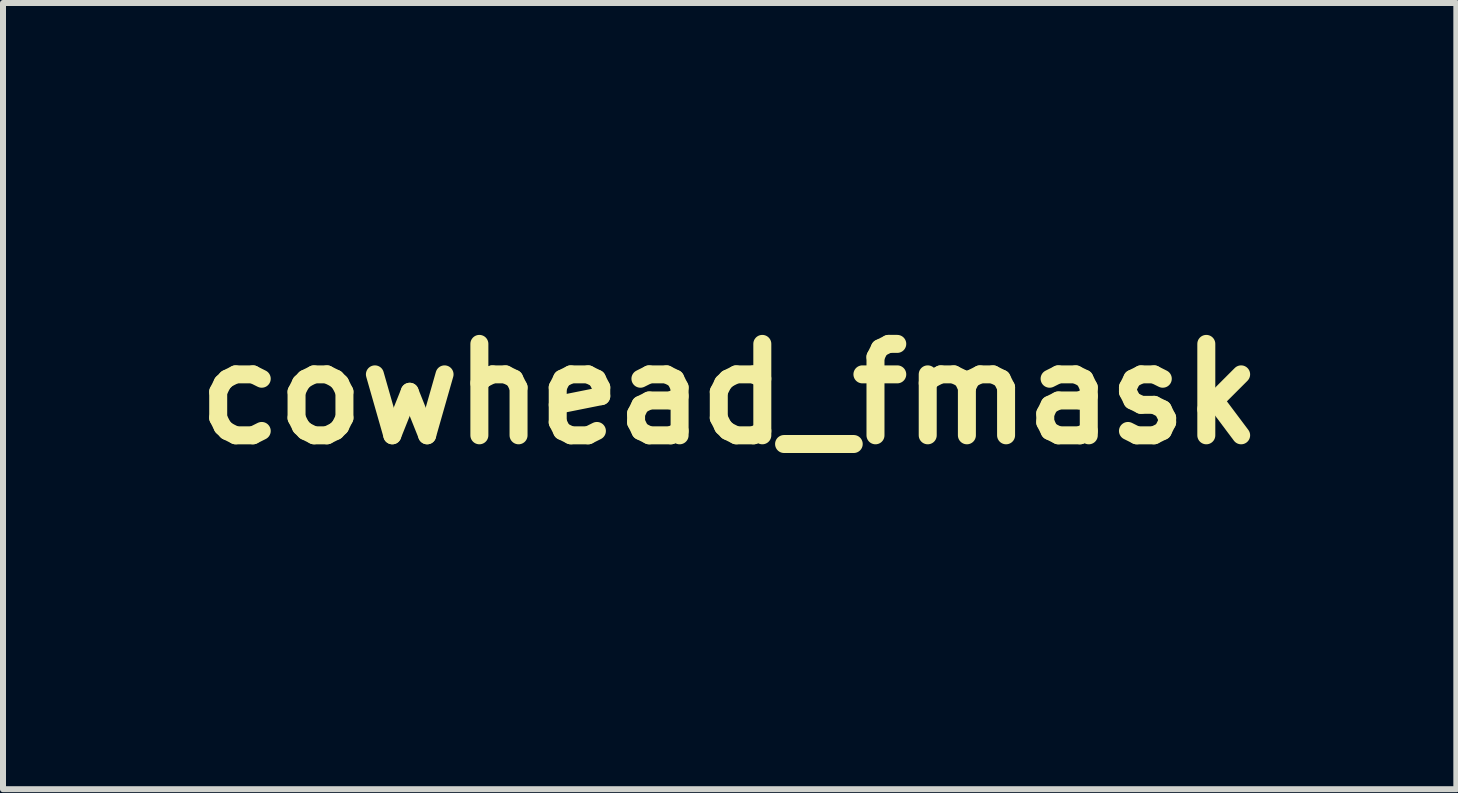
<source format=kicad_pcb>
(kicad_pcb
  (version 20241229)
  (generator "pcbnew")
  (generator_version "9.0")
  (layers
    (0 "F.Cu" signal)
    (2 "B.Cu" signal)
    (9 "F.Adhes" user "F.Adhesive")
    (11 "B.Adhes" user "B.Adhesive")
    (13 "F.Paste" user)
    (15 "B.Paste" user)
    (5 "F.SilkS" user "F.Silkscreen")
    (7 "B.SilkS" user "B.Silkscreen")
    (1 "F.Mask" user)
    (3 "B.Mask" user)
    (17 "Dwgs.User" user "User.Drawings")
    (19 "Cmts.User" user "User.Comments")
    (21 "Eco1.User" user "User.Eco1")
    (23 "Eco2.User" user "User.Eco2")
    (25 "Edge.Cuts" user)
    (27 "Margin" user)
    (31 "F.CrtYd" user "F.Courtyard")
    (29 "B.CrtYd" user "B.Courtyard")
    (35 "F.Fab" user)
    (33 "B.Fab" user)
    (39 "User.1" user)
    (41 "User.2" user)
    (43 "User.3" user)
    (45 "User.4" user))
  (footprint "cowhead_fmask"
    (layer "F.Cu")
    (at 9.115 3.518)
    (property "Reference" "cowhead_fmask" (at 0 0 0) (layer "F.SilkS") (effects (font (size 1.524 1.524) (thickness 0.3))))
    (attr through_hole)
    (fp_poly (pts (xy 1.429 1.204) (xy 1.505 1.252) (xy 1.542 1.323) (xy 1.54 1.407) (xy 1.495 1.495) (xy 1.475 1.519) (xy 1.402 1.574) (xy 1.324 1.599) (xy 1.252 1.593) (xy 1.202 1.555) (xy 1.199 1.549) (xy 1.174 1.454) (xy 1.19 1.35) (xy 1.222 1.286) (xy 1.285 1.215) (xy 1.355 1.191) (xy 1.429 1.204)) (stroke (width 0.01) (type solid)) (fill yes) (layer "F.Mask"))
    (fp_poly (pts (xy -0.401 1.268) (xy -0.344 1.318) (xy -0.306 1.379) (xy -0.3 1.411) (xy -0.318 1.483) (xy -0.365 1.561) (xy -0.425 1.625) (xy -0.463 1.647) (xy -0.529 1.668) (xy -0.573 1.663) (xy -0.616 1.629) (xy -0.624 1.622) (xy -0.666 1.547) (xy -0.668 1.458) (xy -0.631 1.372) (xy -0.561 1.29) (xy -0.49 1.252) (xy -0.46 1.248) (xy -0.401 1.268)) (stroke (width 0.01) (type solid)) (fill yes) (layer "F.Mask"))
    (fp_poly (pts (xy -0.534 -1.036) (xy -0.425 -0.974) (xy -0.334 -0.883) (xy -0.266 -0.772) (xy -0.224 -0.645) (xy -0.21 -0.512) (xy -0.229 -0.378) (xy -0.283 -0.25) (xy -0.367 -0.145) (xy -0.493 -0.051) (xy -0.627 -0.004) (xy -0.765 -0.005) (xy -0.861 -0.035) (xy -0.973 -0.109) (xy -1.066 -0.219) (xy -1.133 -0.351) (xy -1.165 -0.492) (xy -1.162 -0.604) (xy -1.116 -0.759) (xy -1.036 -0.89) (xy -0.926 -0.989) (xy -0.797 -1.048) (xy -0.659 -1.063) (xy -0.534 -1.036)) (stroke (width 0.01) (type solid)) (fill yes) (layer "F.Mask"))
    (fp_poly (pts (xy 1.03 -0.975) (xy 1.149 -0.915) (xy 1.244 -0.824) (xy 1.313 -0.71) (xy 1.354 -0.581) (xy 1.365 -0.444) (xy 1.344 -0.308) (xy 1.288 -0.179) (xy 1.196 -0.066) (xy 1.157 -0.034) (xy 1.047 0.023) (xy 0.917 0.048) (xy 0.786 0.04) (xy 0.671 -0.003) (xy 0.668 -0.005) (xy 0.553 -0.101) (xy 0.473 -0.217) (xy 0.428 -0.347) (xy 0.414 -0.483) (xy 0.432 -0.617) (xy 0.478 -0.741) (xy 0.552 -0.849) (xy 0.651 -0.932) (xy 0.774 -0.984) (xy 0.889 -0.998) (xy 1.03 -0.975)) (stroke (width 0.01) (type solid)) (fill yes) (layer "F.Mask"))
    (fp_poly (pts (xy 3.253 -1.471) (xy 3.277 -1.451) (xy 3.313 -1.379) (xy 3.305 -1.297) (xy 3.254 -1.209) (xy 3.164 -1.119) (xy 3.039 -1.029) (xy 2.88 -0.945) (xy 2.852 -0.932) (xy 2.715 -0.879) (xy 2.564 -0.831) (xy 2.407 -0.791) (xy 2.252 -0.759) (xy 2.111 -0.738) (xy 1.991 -0.73) (xy 1.903 -0.736) (xy 1.865 -0.749) (xy 1.827 -0.795) (xy 1.832 -0.855) (xy 1.841 -0.871) (xy 1.946 -0.871) (xy 1.969 -0.854) (xy 2.032 -0.849) (xy 2.128 -0.857) (xy 2.249 -0.877) (xy 2.288 -0.885) (xy 2.48 -0.934) (xy 2.677 -0.998) (xy 2.857 -1.069) (xy 2.935 -1.105) (xy 3.018 -1.156) (xy 3.095 -1.218) (xy 3.157 -1.281) (xy 3.191 -1.334) (xy 3.194 -1.349) (xy 3.171 -1.366) (xy 3.112 -1.373) (xy 3.027 -1.371) (xy 2.929 -1.361) (xy 2.83 -1.345) (xy 2.742 -1.322) (xy 2.738 -1.32) (xy 2.616 -1.274) (xy 2.486 -1.217) (xy 2.354 -1.152) (xy 2.228 -1.083) (xy 2.116 -1.017) (xy 2.027 -0.956) (xy 1.967 -0.906) (xy 1.946 -0.871) (xy 1.841 -0.871) (xy 1.875 -0.927) (xy 1.952 -1.006) (xy 2.06 -1.09) (xy 2.194 -1.176) (xy 2.349 -1.261) (xy 2.523 -1.34) (xy 2.711 -1.412) (xy 2.738 -1.421) (xy 2.908 -1.47) (xy 3.055 -1.495) (xy 3.172 -1.495) (xy 3.253 -1.471)) (stroke (width 0.01) (type solid)) (fill yes) (layer "F.Mask"))
    (fp_poly (pts (xy -3.1 -1.443) (xy -2.971 -1.427) (xy -2.851 -1.401) (xy -2.828 -1.395) (xy -2.684 -1.342) (xy -2.521 -1.269) (xy -2.357 -1.185) (xy -2.208 -1.098) (xy -2.092 -1.017) (xy -2.01 -0.941) (xy -1.977 -0.877) (xy -1.99 -0.823) (xy -2.046 -0.781) (xy -2.118 -0.761) (xy -2.224 -0.752) (xy -2.346 -0.754) (xy -2.47 -0.768) (xy -2.563 -0.787) (xy -2.72 -0.836) (xy -2.884 -0.897) (xy -3.038 -0.964) (xy -3.164 -1.03) (xy -3.193 -1.048) (xy -3.306 -1.132) (xy -3.388 -1.215) (xy -3.434 -1.293) (xy -3.438 -1.326) (xy -3.294 -1.326) (xy -3.276 -1.298) (xy -3.231 -1.249) (xy -3.168 -1.187) (xy -3.099 -1.125) (xy -3.033 -1.07) (xy -2.993 -1.04) (xy -2.939 -1.015) (xy -2.849 -0.983) (xy -2.735 -0.947) (xy -2.608 -0.91) (xy -2.48 -0.876) (xy -2.363 -0.849) (xy -2.271 -0.831) (xy -2.221 -0.825) (xy -2.152 -0.83) (xy -2.102 -0.844) (xy -2.1 -0.845) (xy -2.086 -0.867) (xy -2.106 -0.902) (xy -2.137 -0.933) (xy -2.197 -0.977) (xy -2.293 -1.034) (xy -2.412 -1.098) (xy -2.543 -1.163) (xy -2.675 -1.223) (xy -2.797 -1.273) (xy -2.862 -1.296) (xy -2.951 -1.32) (xy -3.049 -1.336) (xy -3.144 -1.346) (xy -3.225 -1.347) (xy -3.278 -1.34) (xy -3.294 -1.326) (xy -3.438 -1.326) (xy -3.443 -1.36) (xy -3.411 -1.411) (xy -3.395 -1.421) (xy -3.326 -1.44) (xy -3.223 -1.447) (xy -3.1 -1.443)) (stroke (width 0.01) (type solid)) (fill yes) (layer "F.Mask"))
    (fp_poly (pts (xy 2.798 -3.496) (xy 2.87 -3.433) (xy 2.901 -3.385) (xy 2.922 -3.342) (xy 2.937 -3.299) (xy 2.947 -3.244) (xy 2.953 -3.171) (xy 2.956 -3.069) (xy 2.957 -2.929) (xy 2.957 -2.869) (xy 2.954 -2.666) (xy 2.945 -2.503) (xy 2.926 -2.372) (xy 2.894 -2.263) (xy 2.847 -2.168) (xy 2.78 -2.076) (xy 2.693 -1.98) (xy 2.658 -1.945) (xy 2.582 -1.869) (xy 2.522 -1.807) (xy 2.485 -1.767) (xy 2.477 -1.756) (xy 2.502 -1.76) (xy 2.563 -1.774) (xy 2.648 -1.796) (xy 2.67 -1.802) (xy 2.847 -1.837) (xy 3.048 -1.855) (xy 3.256 -1.857) (xy 3.454 -1.842) (xy 3.626 -1.811) (xy 3.666 -1.8) (xy 3.822 -1.737) (xy 3.931 -1.659) (xy 3.994 -1.565) (xy 4.014 -1.453) (xy 4.006 -1.386) (xy 3.973 -1.305) (xy 3.906 -1.21) (xy 3.814 -1.112) (xy 3.707 -1.019) (xy 3.594 -0.943) (xy 3.584 -0.937) (xy 3.473 -0.88) (xy 3.326 -0.813) (xy 3.155 -0.741) (xy 2.971 -0.667) (xy 2.787 -0.597) (xy 2.613 -0.536) (xy 2.5 -0.499) (xy 2.394 -0.464) (xy 2.307 -0.431) (xy 2.25 -0.404) (xy 2.233 -0.391) (xy 2.192 -0.254) (xy 2.151 -0.101) (xy 2.111 0.057) (xy 2.076 0.207) (xy 2.048 0.339) (xy 2.031 0.44) (xy 2.027 0.478) (xy 2.023 0.54) (xy 2.023 0.591) (xy 2.031 0.64) (xy 2.049 0.694) (xy 2.08 0.762) (xy 2.129 0.85) (xy 2.197 0.968) (xy 2.267 1.086) (xy 2.388 1.323) (xy 2.462 1.552) (xy 2.491 1.778) (xy 2.473 2.008) (xy 2.41 2.246) (xy 2.316 2.47) (xy 2.256 2.585) (xy 2.192 2.682) (xy 2.113 2.777) (xy 2.011 2.882) (xy 1.878 3.006) (xy 1.75 3.107) (xy 1.612 3.194) (xy 1.45 3.278) (xy 1.305 3.343) (xy 1.044 3.439) (xy 0.765 3.511) (xy 0.463 3.559) (xy 0.131 3.583) (xy -0.235 3.585) (xy -0.621 3.565) (xy -0.761 3.553) (xy -0.908 3.535) (xy -1.039 3.516) (xy -1.102 3.505) (xy -1.227 3.475) (xy -1.371 3.434) (xy -1.521 3.386) (xy -1.661 3.336) (xy -1.778 3.29) (xy -1.837 3.262) (xy -1.898 3.218) (xy -1.979 3.145) (xy -2.068 3.054) (xy -2.157 2.955) (xy -2.234 2.861) (xy -2.29 2.781) (xy -2.305 2.754) (xy -2.344 2.674) (xy -2.381 2.601) (xy -2.387 2.589) (xy -2.409 2.524) (xy -2.429 2.424) (xy -2.446 2.306) (xy -2.457 2.185) (xy -2.461 2.077) (xy -2.455 1.999) (xy -2.396 1.745) (xy -2.31 1.495) (xy -2.212 1.274) (xy -2.148 1.14) (xy -2.101 1.031) (xy -2.071 0.936) (xy -2.057 0.845) (xy -2.058 0.749) (xy -2.075 0.639) (xy -2.108 0.505) (xy -2.156 0.338) (xy -2.183 0.246) (xy -2.201 0.167) (xy -2.208 0.102) (xy -2.206 0.084) (xy -2.204 0.024) (xy -2.214 -0.058) (xy -2.235 -0.148) (xy -2.26 -0.229) (xy -2.287 -0.287) (xy -2.304 -0.304) (xy -2.363 -0.335) (xy -2.389 -0.349) (xy -2.476 -0.397) (xy -2.56 -0.438) (xy -2.651 -0.477) (xy -2.76 -0.519) (xy -2.897 -0.567) (xy -3.035 -0.614) (xy -3.175 -0.661) (xy -3.303 -0.707) (xy -3.41 -0.747) (xy -3.485 -0.777) (xy -3.516 -0.792) (xy -3.692 -0.905) (xy -3.829 -1.003) (xy -3.933 -1.09) (xy -3.988 -1.146) (xy -4.023 -1.199) (xy -4.047 -1.266) (xy -4.067 -1.364) (xy -4.068 -1.37) (xy -4.084 -1.467) (xy -4.089 -1.532) (xy -4.082 -1.58) (xy -4.077 -1.59) (xy -3.977 -1.59) (xy -3.974 -1.497) (xy -3.93 -1.377) (xy -3.908 -1.336) (xy -3.851 -1.257) (xy -3.76 -1.164) (xy -3.649 -1.067) (xy -3.527 -0.975) (xy -3.408 -0.899) (xy -3.357 -0.872) (xy -3.269 -0.836) (xy -3.143 -0.794) (xy -2.991 -0.749) (xy -2.825 -0.704) (xy -2.656 -0.662) (xy -2.495 -0.626) (xy -2.354 -0.599) (xy -2.263 -0.586) (xy -2.154 -0.569) (xy -2.091 -0.548) (xy -2.073 -0.522) (xy -2.095 -0.499) (xy -2.11 -0.475) (xy -2.117 -0.418) (xy -2.119 -0.323) (xy -2.116 -0.196) (xy -2.11 -0.062) (xy -2.099 0.041) (xy -2.08 0.132) (xy -2.051 0.228) (xy -2.013 0.332) (xy -1.966 0.471) (xy -1.92 0.632) (xy -1.884 0.788) (xy -1.874 0.843) (xy -1.828 1.11) (xy -1.889 1.193) (xy -2.049 1.417) (xy -2.172 1.615) (xy -2.26 1.792) (xy -2.315 1.954) (xy -2.337 2.106) (xy -2.329 2.254) (xy -2.292 2.403) (xy -2.252 2.508) (xy -2.129 2.736) (xy -1.975 2.931) (xy -1.789 3.093) (xy -1.567 3.223) (xy -1.308 3.322) (xy -1.01 3.393) (xy -0.848 3.417) (xy -0.74 3.426) (xy -0.594 3.431) (xy -0.422 3.432) (xy -0.234 3.431) (xy -0.041 3.426) (xy 0.145 3.419) (xy 0.314 3.409) (xy 0.454 3.397) (xy 0.555 3.384) (xy 0.708 3.352) (xy 0.844 3.315) (xy 0.979 3.267) (xy 1.128 3.204) (xy 1.285 3.13) (xy 1.538 2.991) (xy 1.745 2.84) (xy 1.911 2.674) (xy 2.001 2.554) (xy 2.139 2.308) (xy 2.227 2.066) (xy 2.266 1.83) (xy 2.257 1.6) (xy 2.198 1.376) (xy 2.117 1.206) (xy 1.999 1.025) (xy 1.871 0.883) (xy 1.724 0.772) (xy 1.614 0.712) (xy 1.425 0.633) (xy 1.211 0.571) (xy 0.967 0.525) (xy 0.688 0.494) (xy 0.37 0.478) (xy 0.119 0.474) (xy -0.207 0.481) (xy -0.494 0.504) (xy -0.751 0.545) (xy -0.986 0.605) (xy -1.208 0.685) (xy -1.372 0.761) (xy -1.491 0.819) (xy -1.57 0.855) (xy -1.617 0.869) (xy -1.635 0.864) (xy -1.63 0.84) (xy -1.623 0.826) (xy -1.586 0.79) (xy -1.512 0.741) (xy -1.411 0.684) (xy -1.292 0.625) (xy -1.166 0.569) (xy -1.041 0.519) (xy -0.961 0.492) (xy -0.813 0.449) (xy -0.673 0.417) (xy -0.53 0.394) (xy -0.374 0.378) (xy -0.193 0.369) (xy 0.022 0.365) (xy 0.125 0.365) (xy 0.455 0.371) (xy 0.747 0.389) (xy 1.009 0.421) (xy 1.25 0.468) (xy 1.481 0.532) (xy 1.702 0.612) (xy 1.723 0.616) (xy 1.735 0.602) (xy 1.738 0.561) (xy 1.735 0.485) (xy 1.731 0.42) (xy 1.717 0.212) (xy 1.778 0.285) (xy 1.839 0.358) (xy 1.915 0.148) (xy 1.967 -0.003) (xy 2.012 -0.139) (xy 2.046 -0.251) (xy 2.066 -0.332) (xy 2.071 -0.366) (xy 2.051 -0.396) (xy 2.035 -0.399) (xy 1.992 -0.415) (xy 1.983 -0.425) (xy 1.982 -0.466) (xy 2.026 -0.505) (xy 2.113 -0.538) (xy 2.166 -0.551) (xy 2.286 -0.581) (xy 2.439 -0.627) (xy 2.614 -0.686) (xy 2.797 -0.752) (xy 2.978 -0.821) (xy 3.143 -0.889) (xy 3.282 -0.952) (xy 3.292 -0.957) (xy 3.458 -1.047) (xy 3.603 -1.143) (xy 3.72 -1.239) (xy 3.802 -1.329) (xy 3.838 -1.395) (xy 3.848 -1.485) (xy 3.81 -1.56) (xy 3.725 -1.62) (xy 3.593 -1.666) (xy 3.412 -1.697) (xy 3.407 -1.698) (xy 3.127 -1.706) (xy 2.836 -1.672) (xy 2.542 -1.597) (xy 2.255 -1.485) (xy 1.983 -1.338) (xy 1.79 -1.204) (xy 1.714 -1.145) (xy 1.653 -1.098) (xy 1.617 -1.071) (xy 1.614 -1.069) (xy 1.612 -1.04) (xy 1.631 -0.979) (xy 1.662 -0.907) (xy 1.718 -0.749) (xy 1.745 -0.573) (xy 1.741 -0.398) (xy 1.711 -0.257) (xy 1.624 -0.076) (xy 1.5 0.078) (xy 1.344 0.2) (xy 1.163 0.285) (xy 0.963 0.329) (xy 0.848 0.335) (xy 0.645 0.314) (xy 0.466 0.253) (xy 0.301 0.149) (xy 0.23 0.089) (xy 0.087 -0.042) (xy 0.027 0.031) (xy -0.092 0.143) (xy -0.244 0.235) (xy -0.415 0.302) (xy -0.589 0.339) (xy -0.741 0.339) (xy -0.942 0.298) (xy -1.116 0.22) (xy -1.274 0.101) (xy -1.314 0.063) (xy -1.395 -0.022) (xy -1.449 -0.093) (xy -1.487 -0.167) (xy -1.52 -0.263) (xy -1.523 -0.273) (xy -1.563 -0.478) (xy -1.562 -0.508) (xy -1.418 -0.508) (xy -1.393 -0.346) (xy -1.331 -0.192) (xy -1.234 -0.055) (xy -1.104 0.059) (xy -0.944 0.144) (xy -0.875 0.167) (xy -0.696 0.192) (xy -0.51 0.172) (xy -0.324 0.106) (xy -0.302 0.096) (xy -0.162 0.008) (xy -0.069 -0.088) (xy -0.069 -0.088) (xy -0.033 -0.142) (xy -0.014 -0.184) (xy -0.01 -0.233) (xy -0.018 -0.303) (xy -0.029 -0.367) (xy -0.045 -0.487) (xy -0.045 -0.578) (xy 0.103 -0.578) (xy 0.113 -0.403) (xy 0.165 -0.239) (xy 0.255 -0.091) (xy 0.38 0.033) (xy 0.535 0.126) (xy 0.647 0.166) (xy 0.808 0.195) (xy 0.959 0.187) (xy 1.064 0.162) (xy 1.246 0.085) (xy 1.393 -0.026) (xy 1.504 -0.167) (xy 1.575 -0.334) (xy 1.602 -0.523) (xy 1.602 -0.553) (xy 1.575 -0.729) (xy 1.504 -0.89) (xy 1.39 -1.03) (xy 1.239 -1.144) (xy 1.183 -1.175) (xy 1.043 -1.221) (xy 0.88 -1.238) (xy 0.713 -1.227) (xy 0.559 -1.187) (xy 0.529 -1.175) (xy 0.403 -1.097) (xy 0.285 -0.988) (xy 0.19 -0.863) (xy 0.14 -0.756) (xy 0.103 -0.578) (xy -0.045 -0.578) (xy -0.045 -0.586) (xy -0.03 -0.695) (xy -0.027 -0.71) (xy -0.011 -0.798) (xy -0.006 -0.855) (xy -0.017 -0.896) (xy -0.045 -0.939) (xy -0.063 -0.963) (xy -0.188 -1.088) (xy -0.338 -1.176) (xy -0.504 -1.227) (xy -0.679 -1.24) (xy -0.855 -1.216) (xy -1.021 -1.154) (xy -1.172 -1.054) (xy -1.247 -0.98) (xy -1.347 -0.832) (xy -1.403 -0.673) (xy -1.418 -0.508) (xy -1.562 -0.508) (xy -1.555 -0.671) (xy -1.499 -0.854) (xy -1.393 -1.026) (xy -1.322 -1.108) (xy -1.178 -1.236) (xy -1.025 -1.322) (xy -0.851 -1.37) (xy -0.661 -1.384) (xy -0.546 -1.383) (xy -0.463 -1.375) (xy -0.393 -1.357) (xy -0.317 -1.326) (xy -0.271 -1.304) (xy -0.167 -1.244) (xy -0.068 -1.171) (xy -0.007 -1.115) (xy 0.093 -1.006) (xy 0.202 -1.119) (xy 0.287 -1.191) (xy 0.392 -1.263) (xy 0.474 -1.308) (xy 0.56 -1.346) (xy 0.632 -1.369) (xy 0.71 -1.38) (xy 0.811 -1.383) (xy 0.861 -1.383) (xy 1.048 -1.369) (xy 1.204 -1.329) (xy 1.346 -1.257) (xy 1.41 -1.212) (xy 1.485 -1.154) (xy 1.659 -1.292) (xy 1.73 -1.35) (xy 1.776 -1.393) (xy 1.791 -1.414) (xy 1.784 -1.415) (xy 1.591 -1.382) (xy 1.417 -1.394) (xy 1.264 -1.45) (xy 1.157 -1.528) (xy 1.072 -1.624) (xy 1.02 -1.721) (xy 1.006 -1.805) (xy 1.147 -1.805) (xy 1.155 -1.762) (xy 1.18 -1.707) (xy 1.186 -1.694) (xy 1.244 -1.612) (xy 1.32 -1.559) (xy 1.425 -1.532) (xy 1.566 -1.528) (xy 1.59 -1.528) (xy 1.691 -1.535) (xy 1.772 -1.548) (xy 1.85 -1.572) (xy 1.942 -1.611) (xy 2.027 -1.653) (xy 2.199 -1.749) (xy 2.365 -1.863) (xy 2.512 -1.985) (xy 2.631 -2.105) (xy 2.684 -2.174) (xy 2.75 -2.301) (xy 2.796 -2.458) (xy 2.823 -2.651) (xy 2.831 -2.885) (xy 2.831 -2.894) (xy 2.825 -3.077) (xy 2.81 -3.216) (xy 2.785 -3.31) (xy 2.751 -3.358) (xy 2.723 -3.363) (xy 2.702 -3.348) (xy 2.683 -3.305) (xy 2.663 -3.228) (xy 2.642 -3.108) (xy 2.64 -3.097) (xy 2.598 -2.88) (xy 2.549 -2.704) (xy 2.488 -2.56) (xy 2.412 -2.438) (xy 2.316 -2.33) (xy 2.277 -2.294) (xy 2.163 -2.206) (xy 2.029 -2.131) (xy 1.867 -2.064) (xy 1.668 -2.002) (xy 1.548 -1.97) (xy 1.392 -1.93) (xy 1.278 -1.898) (xy 1.203 -1.869) (xy 1.161 -1.839) (xy 1.147 -1.805) (xy 1.006 -1.805) (xy 1.005 -1.811) (xy 1.02 -1.866) (xy 1.035 -1.912) (xy 1.017 -1.938) (xy 0.982 -1.945) (xy 0.907 -1.95) (xy 0.801 -1.953) (xy 0.675 -1.953) (xy 0.618 -1.952) (xy 0.475 -1.95) (xy 0.375 -1.949) (xy 0.31 -1.952) (xy 0.273 -1.959) (xy 0.255 -1.97) (xy 0.25 -1.987) (xy 0.25 -1.997) (xy 0.261 -2.063) (xy 0.275 -2.098) (xy 0.284 -2.136) (xy 0.257 -2.146) (xy 0.203 -2.131) (xy 0.128 -2.089) (xy 0.116 -2.081) (xy 0.037 -2.038) (xy -0.019 -2.036) (xy -0.054 -2.076) (xy -0.064 -2.107) (xy -0.09 -2.158) (xy -0.122 -2.169) (xy -0.145 -2.14) (xy -0.15 -2.108) (xy -0.163 -2.046) (xy -0.204 -2.026) (xy -0.27 -2.047) (xy -0.363 -2.11) (xy -0.444 -2.18) (xy -0.556 -2.283) (xy -0.515 -2.203) (xy -0.479 -2.114) (xy -0.478 -2.049) (xy -0.515 -2.006) (xy -0.593 -1.981) (xy -0.716 -1.971) (xy -0.753 -1.971) (xy -0.859 -1.969) (xy -0.958 -1.963) (xy -1.027 -1.956) (xy -1.118 -1.94) (xy -1.081 -1.853) (xy -1.059 -1.738) (xy -1.077 -1.618) (xy -1.132 -1.504) (xy -1.219 -1.412) (xy -1.259 -1.384) (xy -1.328 -1.349) (xy -1.4 -1.331) (xy -1.492 -1.323) (xy -1.549 -1.323) (xy -1.657 -1.326) (xy -1.758 -1.336) (xy -1.831 -1.35) (xy -1.899 -1.364) (xy -1.936 -1.357) (xy -1.949 -1.343) (xy -1.969 -1.285) (xy -1.947 -1.234) (xy -1.878 -1.182) (xy -1.871 -1.178) (xy -1.802 -1.128) (xy -1.772 -1.081) (xy -1.785 -1.043) (xy -1.793 -1.038) (xy -1.822 -1.044) (xy -1.883 -1.072) (xy -1.969 -1.116) (xy -2.048 -1.162) (xy -2.376 -1.344) (xy -2.672 -1.491) (xy -2.94 -1.603) (xy -3.183 -1.681) (xy -3.403 -1.727) (xy -3.604 -1.741) (xy -3.725 -1.733) (xy -3.853 -1.706) (xy -3.937 -1.659) (xy -3.977 -1.59) (xy -4.077 -1.59) (xy -4.062 -1.627) (xy -4.053 -1.644) (xy -3.996 -1.723) (xy -3.92 -1.778) (xy -3.816 -1.812) (xy -3.678 -1.828) (xy -3.556 -1.83) (xy -3.302 -1.811) (xy -3.109 -1.774) (xy -3.012 -1.752) (xy -2.906 -1.736) (xy -2.803 -1.725) (xy -2.714 -1.72) (xy -2.649 -1.723) (xy -2.62 -1.734) (xy -2.62 -1.736) (xy -2.636 -1.759) (xy -2.68 -1.807) (xy -2.743 -1.872) (xy -2.763 -1.893) (xy -2.845 -1.975) (xy -2.902 -2.038) (xy -2.942 -2.094) (xy -2.973 -2.157) (xy -3.002 -2.239) (xy -3.037 -2.355) (xy -3.043 -2.373) (xy -3.106 -2.604) (xy -3.152 -2.818) (xy -3.181 -3.009) (xy -3.19 -3.136) (xy -3.045 -3.136) (xy -3.035 -3.015) (xy -3.016 -2.876) (xy -2.988 -2.727) (xy -2.954 -2.575) (xy -2.913 -2.428) (xy -2.867 -2.294) (xy -2.865 -2.288) (xy -2.812 -2.167) (xy -2.749 -2.065) (xy -2.668 -1.973) (xy -2.56 -1.881) (xy -2.417 -1.78) (xy -2.383 -1.758) (xy -2.177 -1.636) (xy -1.977 -1.543) (xy -1.788 -1.48) (xy -1.616 -1.448) (xy -1.467 -1.449) (xy -1.347 -1.485) (xy -1.347 -1.485) (xy -1.274 -1.542) (xy -1.224 -1.62) (xy -1.2 -1.706) (xy -1.204 -1.786) (xy -1.241 -1.847) (xy -1.254 -1.857) (xy -1.299 -1.877) (xy -1.382 -1.904) (xy -1.49 -1.935) (xy -1.614 -1.966) (xy -1.628 -1.97) (xy -1.882 -2.038) (xy -2.093 -2.114) (xy -2.267 -2.204) (xy -2.413 -2.313) (xy -2.537 -2.448) (xy -2.645 -2.614) (xy -2.745 -2.817) (xy -2.798 -2.943) (xy -2.858 -3.089) (xy -2.905 -3.193) (xy -2.942 -3.262) (xy -2.972 -3.302) (xy -3 -3.317) (xy -3.009 -3.318) (xy -3.033 -3.296) (xy -3.045 -3.232) (xy -3.045 -3.136) (xy -3.19 -3.136) (xy -3.192 -3.17) (xy -3.184 -3.297) (xy -3.169 -3.355) (xy -3.12 -3.421) (xy -3.044 -3.451) (xy -2.951 -3.442) (xy -2.945 -3.44) (xy -2.879 -3.398) (xy -2.814 -3.316) (xy -2.748 -3.192) (xy -2.687 -3.044) (xy -2.588 -2.807) (xy -2.482 -2.615) (xy -2.361 -2.46) (xy -2.221 -2.337) (xy -2.053 -2.241) (xy -1.852 -2.165) (xy -1.684 -2.119) (xy -1.568 -2.094) (xy -1.484 -2.081) (xy -1.414 -2.081) (xy -1.342 -2.091) (xy -1.323 -2.095) (xy -1.236 -2.109) (xy -1.118 -2.123) (xy -0.99 -2.134) (xy -0.932 -2.138) (xy -0.679 -2.153) (xy -0.751 -2.267) (xy -0.792 -2.334) (xy -0.818 -2.386) (xy -0.823 -2.403) (xy -0.802 -2.417) (xy -0.744 -2.413) (xy -0.659 -2.394) (xy -0.556 -2.362) (xy -0.48 -2.334) (xy -0.4 -2.302) (xy -0.339 -2.279) (xy -0.311 -2.271) (xy -0.295 -2.291) (xy -0.267 -2.344) (xy -0.25 -2.383) (xy -0.2 -2.462) (xy -0.143 -2.494) (xy -0.083 -2.479) (xy -0.027 -2.418) (xy 0.009 -2.346) (xy 0.038 -2.285) (xy 0.064 -2.249) (xy 0.072 -2.246) (xy 0.105 -2.255) (xy 0.168 -2.28) (xy 0.228 -2.306) (xy 0.344 -2.352) (xy 0.459 -2.387) (xy 0.56 -2.407) (xy 0.638 -2.412) (xy 0.68 -2.399) (xy 0.688 -2.373) (xy 0.667 -2.332) (xy 0.612 -2.269) (xy 0.607 -2.264) (xy 0.533 -2.184) (xy 0.496 -2.131) (xy 0.498 -2.1) (xy 0.542 -2.087) (xy 0.631 -2.086) (xy 0.707 -2.09) (xy 0.901 -2.09) (xy 1.063 -2.071) (xy 1.086 -2.066) (xy 1.153 -2.051) (xy 1.209 -2.045) (xy 1.268 -2.047) (xy 1.342 -2.058) (xy 1.443 -2.081) (xy 1.522 -2.1) (xy 1.773 -2.173) (xy 1.978 -2.259) (xy 2.144 -2.364) (xy 2.274 -2.492) (xy 2.372 -2.648) (xy 2.443 -2.835) (xy 2.491 -3.059) (xy 2.496 -3.094) (xy 2.52 -3.241) (xy 2.546 -3.347) (xy 2.575 -3.42) (xy 2.612 -3.467) (xy 2.634 -3.484) (xy 2.717 -3.513) (xy 2.798 -3.496)) (stroke (width 0.01) (type solid)) (fill yes) (layer "F.Mask")))
  (gr_rect
    (start -3 -3)
    (end 21.23 10.108)
    (stroke (width 0.1) (type default))
    (fill no)
    (layer "Edge.Cuts")))
</source>
